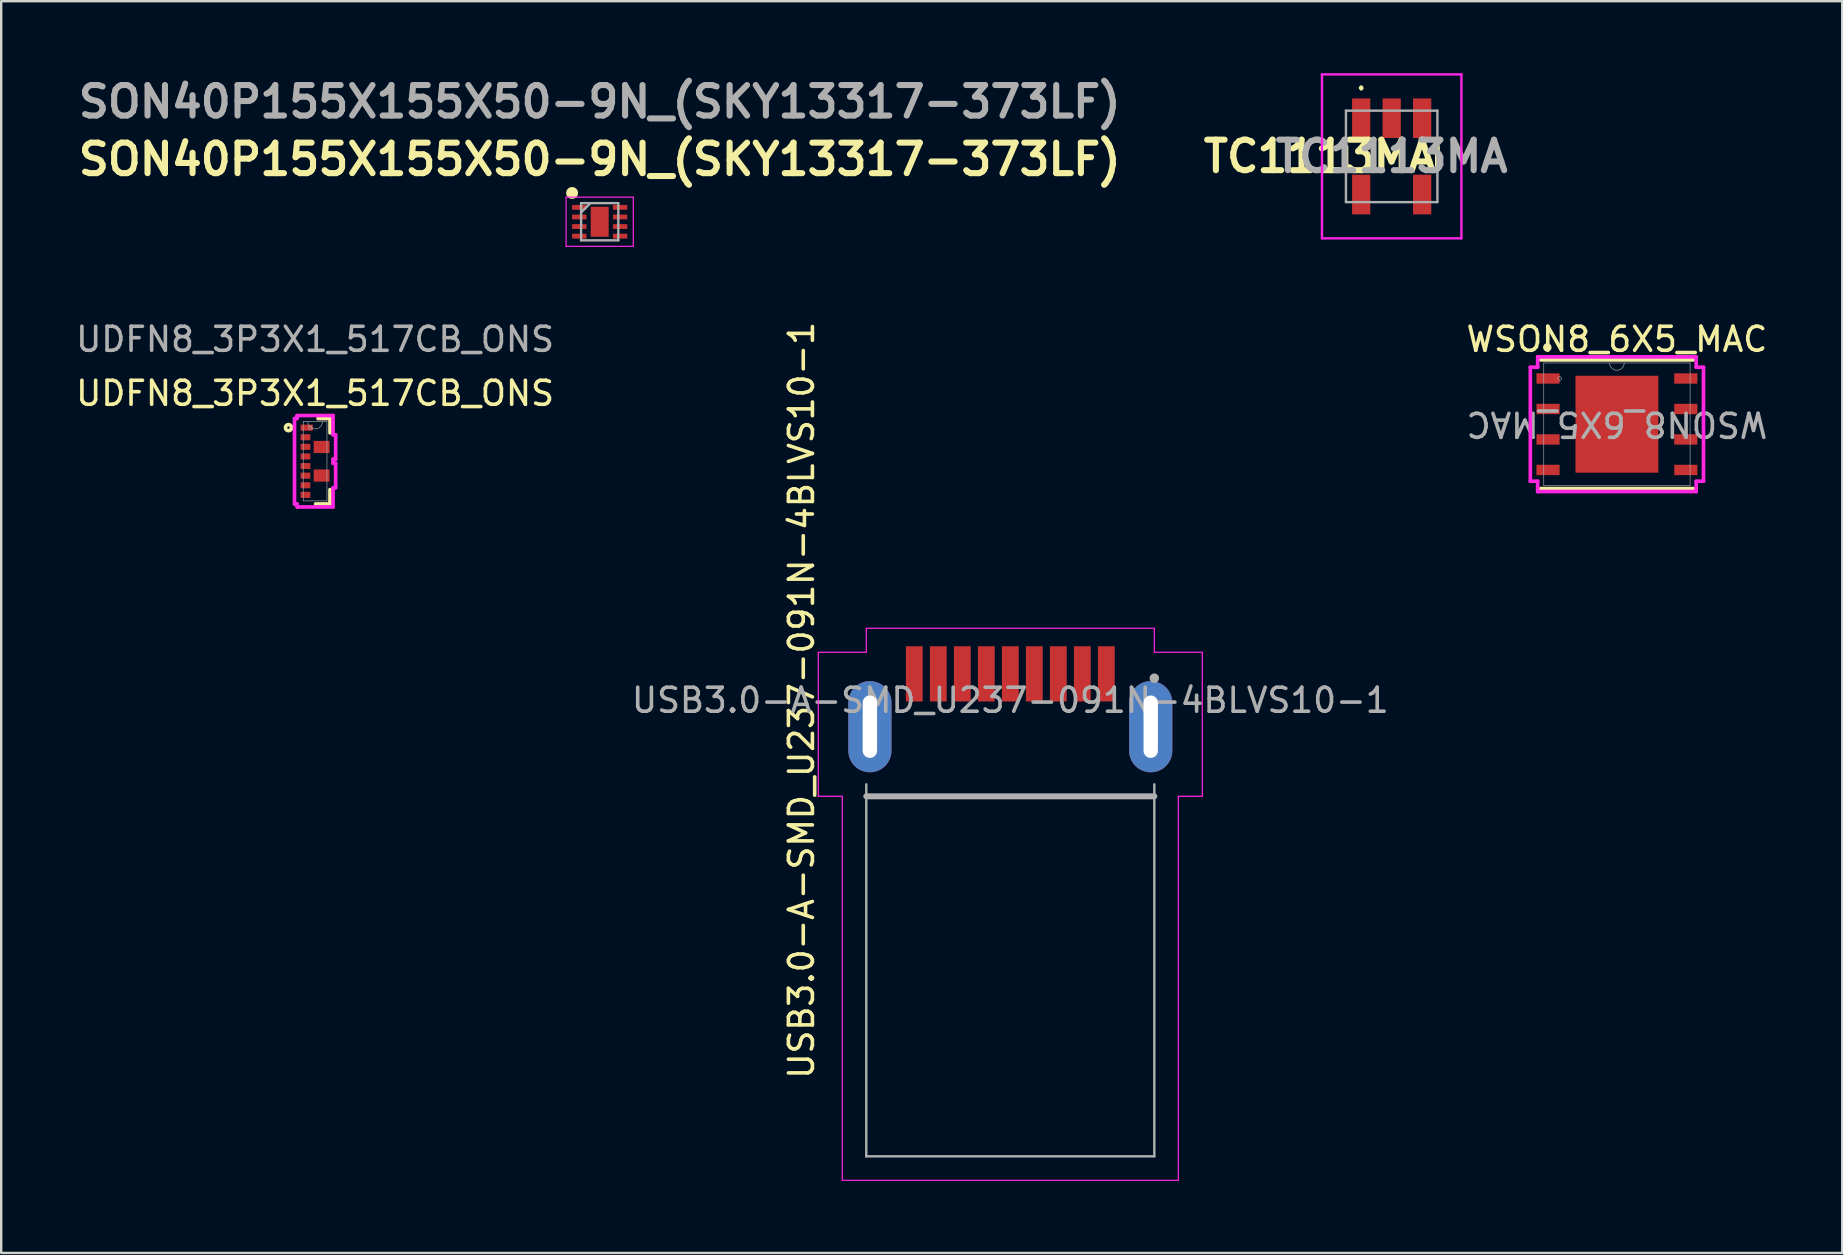
<source format=kicad_pcb>
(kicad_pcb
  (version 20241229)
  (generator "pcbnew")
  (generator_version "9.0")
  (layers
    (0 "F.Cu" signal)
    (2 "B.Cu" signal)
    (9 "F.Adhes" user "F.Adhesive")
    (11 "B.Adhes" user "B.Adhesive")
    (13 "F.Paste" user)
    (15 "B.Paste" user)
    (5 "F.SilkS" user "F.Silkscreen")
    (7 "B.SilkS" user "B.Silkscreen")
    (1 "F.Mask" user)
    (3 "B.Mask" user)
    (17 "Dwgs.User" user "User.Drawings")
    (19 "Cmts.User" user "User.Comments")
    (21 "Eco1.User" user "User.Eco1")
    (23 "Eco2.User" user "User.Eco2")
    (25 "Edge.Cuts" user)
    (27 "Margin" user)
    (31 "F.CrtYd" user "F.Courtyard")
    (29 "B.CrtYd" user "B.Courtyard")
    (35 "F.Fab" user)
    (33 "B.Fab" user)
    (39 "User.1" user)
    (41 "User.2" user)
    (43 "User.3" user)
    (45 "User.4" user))
  (footprint "UDFN8_3P3X1_517CB_ONS"
    (layer "F.Cu")
    (at 10.077 16.167)
    (property "Reference" "UDFN8_3P3X1_517CB_ONS" (at 0 -2.83 0) (unlocked yes) (layer "F.SilkS") (effects (font (size 1 1) (thickness 0.15))))
    (attr smd)
    (fp_line (start 0.123 -1.778) (end 0.622 -1.778) (stroke (width 0.152) (type solid)) (layer "F.SilkS"))
    (fp_line (start 0.622 -1.778) (end 0.622 -1.181) (stroke (width 0.152) (type solid)) (layer "F.SilkS"))
    (fp_line (start 0.622 1.181) (end 0.622 1.778) (stroke (width 0.152) (type solid)) (layer "F.SilkS"))
    (fp_line (start 0.622 1.778) (end 0.022 1.778) (stroke (width 0.152) (type solid)) (layer "F.SilkS"))
    (fp_circle (center -1.108 -1.4) (end -0.981 -1.4) (stroke (width 0.152) (type solid)) (fill no) (layer "F.SilkS"))
    (fp_line (start -0.857 -1.781) (end -0.857 1.781) (stroke (width 0.152) (type solid)) (layer "F.CrtYd"))
    (fp_line (start -0.857 1.781) (end -0.749 1.781) (stroke (width 0.152) (type solid)) (layer "F.CrtYd"))
    (fp_line (start -0.749 -1.905) (end -0.749 -1.781) (stroke (width 0.152) (type solid)) (layer "F.CrtYd"))
    (fp_line (start -0.749 -1.781) (end -0.857 -1.781) (stroke (width 0.152) (type solid)) (layer "F.CrtYd"))
    (fp_line (start -0.749 1.781) (end -0.749 1.905) (stroke (width 0.152) (type solid)) (layer "F.CrtYd"))
    (fp_line (start -0.749 1.905) (end 0.749 1.905) (stroke (width 0.152) (type solid)) (layer "F.CrtYd"))
    (fp_line (start 0.749 -1.905) (end -0.749 -1.905) (stroke (width 0.152) (type solid)) (layer "F.CrtYd"))
    (fp_line (start 0.749 -1.103) (end 0.749 -1.905) (stroke (width 0.152) (type solid)) (layer "F.CrtYd"))
    (fp_line (start 0.749 -0.087) (end 0.857 -0.087) (stroke (width 0.152) (type solid)) (layer "F.CrtYd"))
    (fp_line (start 0.749 0.087) (end 0.749 -0.087) (stroke (width 0.152) (type solid)) (layer "F.CrtYd"))
    (fp_line (start 0.749 1.103) (end 0.857 1.103) (stroke (width 0.152) (type solid)) (layer "F.CrtYd"))
    (fp_line (start 0.749 1.905) (end 0.749 1.103) (stroke (width 0.152) (type solid)) (layer "F.CrtYd"))
    (fp_line (start 0.857 -1.103) (end 0.749 -1.103) (stroke (width 0.152) (type solid)) (layer "F.CrtYd"))
    (fp_line (start 0.857 -0.087) (end 0.857 -1.103) (stroke (width 0.152) (type solid)) (layer "F.CrtYd"))
    (fp_line (start 0.857 0.087) (end 0.749 0.087) (stroke (width 0.152) (type solid)) (layer "F.CrtYd"))
    (fp_line (start 0.857 1.103) (end 0.857 0.087) (stroke (width 0.152) (type solid)) (layer "F.CrtYd"))
    (fp_line (start -0.495 -1.651) (end -0.495 1.651) (stroke (width 0.025) (type solid)) (layer "F.Fab"))
    (fp_line (start -0.495 1.651) (end 0.495 1.651) (stroke (width 0.025) (type solid)) (layer "F.Fab"))
    (fp_line (start 0.495 -1.651) (end -0.495 -1.651) (stroke (width 0.025) (type solid)) (layer "F.Fab"))
    (fp_line (start 0.495 1.651) (end 0.495 -1.651) (stroke (width 0.025) (type solid)) (layer "F.Fab"))
    (fp_arc (start 0.3048 -1.651) (mid 0 -1.3462) (end -0.3048 -1.651) (stroke (width 0.0254) (type solid)) (layer "F.Fab"))
    (fp_circle (center -0.197 -1.4) (end -0.121 -1.4) (stroke (width 0.025) (type solid)) (fill no) (layer "F.Fab"))
    (fp_text user "${REFERENCE}" (at 0 -5.08 0) (unlocked yes) (layer "F.Fab") (effects (font (size 1 1) (thickness 0.15))))
    (pad "1" smd rect (at -0.349 -1.4) (size 0.508 0.254) (layers "F.Cu" "F.Mask" "F.Paste"))
    (pad "2" smd rect (at -0.4 -1) (size 0.406 0.254) (layers "F.Cu" "F.Mask" "F.Paste"))
    (pad "3" smd rect (at -0.4 -0.6) (size 0.406 0.254) (layers "F.Cu" "F.Mask" "F.Paste"))
    (pad "4" smd rect (at -0.4 -0.2) (size 0.406 0.254) (layers "F.Cu" "F.Mask" "F.Paste"))
    (pad "5" smd rect (at -0.4 0.2) (size 0.406 0.254) (layers "F.Cu" "F.Mask" "F.Paste"))
    (pad "6" smd rect (at -0.4 0.6) (size 0.406 0.254) (layers "F.Cu" "F.Mask" "F.Paste"))
    (pad "7" smd rect (at -0.4 1) (size 0.406 0.254) (layers "F.Cu" "F.Mask" "F.Paste"))
    (pad "8" smd rect (at -0.4 1.4) (size 0.406 0.254) (layers "F.Cu" "F.Mask" "F.Paste"))
    (pad "11" smd rect (at 0.273 0.595) (size 0.66 0.508) (layers "F.Cu" "F.Mask" "F.Paste"))
    (pad "14" smd rect (at 0.273 -0.595) (size 0.66 0.508) (layers "F.Cu" "F.Mask" "F.Paste")))
  (footprint "USB3.0-A-SMD_U237-091N-4BLVS10-1"
    (layer "F.Cu")
    (at 39.042 26.126)
    (property "Reference" "USB3.0-A-SMD_U237-091N-4BLVS10-1" (at -8.7 0 90) (layer "F.SilkS") (effects (font (size 1 1) (thickness 0.15))))
    (attr smd)
    (fp_line (start -8 -2) (end -8 4) (stroke (width 0.05) (type default)) (layer "F.CrtYd"))
    (fp_line (start -8 4) (end -7 4) (stroke (width 0.05) (type default)) (layer "F.CrtYd"))
    (fp_line (start -7 4) (end -7 20) (stroke (width 0.05) (type default)) (layer "F.CrtYd"))
    (fp_line (start -7 20) (end 7 20) (stroke (width 0.05) (type default)) (layer "F.CrtYd"))
    (fp_line (start -6 -3) (end -6 -2) (stroke (width 0.05) (type default)) (layer "F.CrtYd"))
    (fp_line (start -6 -2) (end -8 -2) (stroke (width 0.05) (type default)) (layer "F.CrtYd"))
    (fp_line (start 6 -3) (end -6 -3) (stroke (width 0.05) (type default)) (layer "F.CrtYd"))
    (fp_line (start 6 -2) (end 6 -3) (stroke (width 0.05) (type default)) (layer "F.CrtYd"))
    (fp_line (start 7 4) (end 8 4) (stroke (width 0.05) (type default)) (layer "F.CrtYd"))
    (fp_line (start 7 20) (end 7 4) (stroke (width 0.05) (type default)) (layer "F.CrtYd"))
    (fp_line (start 8 -2) (end 6 -2) (stroke (width 0.05) (type default)) (layer "F.CrtYd"))
    (fp_line (start 8 4) (end 8 -2) (stroke (width 0.05) (type default)) (layer "F.CrtYd"))
    (fp_line (start -6 3.5) (end -6 19) (stroke (width 0.1) (type default)) (layer "F.Fab"))
    (fp_line (start -6 4) (end 6 4) (stroke (width 0.25) (type solid)) (layer "F.Fab"))
    (fp_line (start -6 19) (end 6 19) (stroke (width 0.1) (type default)) (layer "F.Fab"))
    (fp_line (start 6 19) (end 6 3.5) (stroke (width 0.1) (type default)) (layer "F.Fab"))
    (fp_circle (center 6 -0.92) (end 6.1 -0.92) (stroke (width 0.2) (type solid)) (fill no) (layer "F.Fab"))
    (fp_text user "${REFERENCE}" (at 0 0 180) (layer "F.Fab") (effects (font (size 1 1) (thickness 0.15))))
    (pad "1" smd rect (at 3 -1.1) (size 0.7 2.3) (layers "F.Cu" "F.Mask" "F.Paste"))
    (pad "2" smd rect (at 1 -1.1) (size 0.7 2.3) (layers "F.Cu" "F.Mask" "F.Paste"))
    (pad "3" smd rect (at -1 -1.1) (size 0.7 2.3) (layers "F.Cu" "F.Mask" "F.Paste"))
    (pad "4" smd rect (at -3 -1.1) (size 0.7 2.3) (layers "F.Cu" "F.Mask" "F.Paste"))
    (pad "5" smd rect (at -4 -1.1) (size 0.7 2.3) (layers "F.Cu" "F.Mask" "F.Paste"))
    (pad "6" smd rect (at -2 -1.1) (size 0.7 2.3) (layers "F.Cu" "F.Mask" "F.Paste"))
    (pad "7" smd rect (at 0 -1.1) (size 0.7 2.3) (layers "F.Cu" "F.Mask" "F.Paste"))
    (pad "8" smd rect (at 2 -1.1) (size 0.7 2.3) (layers "F.Cu" "F.Mask" "F.Paste"))
    (pad "9" smd rect (at 4 -1.1) (size 0.7 2.3) (layers "F.Cu" "F.Mask" "F.Paste"))
    (pad "10" thru_hole oval (at -5.85 1.1) (size 1.8 3.8) (drill oval 0.6 2.6) (layers "*.Cu" "*.Mask"))
    (pad "10" thru_hole oval (at 5.85 1.1) (size 1.8 3.8) (drill oval 0.6 2.6) (layers "*.Cu" "*.Mask")))
  (footprint "TC1113MA"
    (layer "F.Cu")
    (at 54.931 3.465)
    (property "Reference" "TC1113MA" (at -3 0 180) (layer "F.SilkS") (effects (font (size 1.27 1.27) (thickness 0.254))))
    (attr smd)
    (fp_line (start -1.905 -0.4) (end -1.905 0.4) (stroke (width 0.2) (type solid)) (layer "F.SilkS"))
    (fp_line (start -1.27 -2.9) (end -1.27 -2.9) (stroke (width 0.1) (type solid)) (layer "F.SilkS"))
    (fp_line (start -1.27 -2.8) (end -1.27 -2.8) (stroke (width 0.1) (type solid)) (layer "F.SilkS"))
    (fp_line (start 1.905 -0.4) (end 1.905 0.4) (stroke (width 0.2) (type solid)) (layer "F.SilkS"))
    (fp_arc (start -1.27 -2.9) (mid -1.22 -2.85) (end -1.27 -2.8) (stroke (width 0.1) (type solid)) (layer "F.SilkS"))
    (fp_arc (start -1.27 -2.8) (mid -1.32 -2.85) (end -1.27 -2.9) (stroke (width 0.1) (type solid)) (layer "F.SilkS"))
    (fp_line (start -2.905 -3.415) (end 2.905 -3.415) (stroke (width 0.1) (type solid)) (layer "F.CrtYd"))
    (fp_line (start -2.905 3.415) (end -2.905 -3.415) (stroke (width 0.1) (type solid)) (layer "F.CrtYd"))
    (fp_line (start 2.905 -3.415) (end 2.905 3.415) (stroke (width 0.1) (type solid)) (layer "F.CrtYd"))
    (fp_line (start 2.905 3.415) (end -2.905 3.415) (stroke (width 0.1) (type solid)) (layer "F.CrtYd"))
    (fp_line (start -1.905 -1.905) (end 1.905 -1.905) (stroke (width 0.1) (type solid)) (layer "F.Fab"))
    (fp_line (start -1.905 1.905) (end -1.905 -1.905) (stroke (width 0.1) (type solid)) (layer "F.Fab"))
    (fp_line (start 1.905 -1.905) (end 1.905 1.905) (stroke (width 0.1) (type solid)) (layer "F.Fab"))
    (fp_line (start 1.905 1.905) (end -1.905 1.905) (stroke (width 0.1) (type solid)) (layer "F.Fab"))
    (fp_text user "${REFERENCE}" (at 0 0 180) (layer "F.Fab") (effects (font (size 1.27 1.27) (thickness 0.254))))
    (pad "1" smd rect (at -1.27 -1.59) (size 0.76 1.65) (layers "F.Cu" "F.Mask" "F.Paste"))
    (pad "2" smd rect (at 0 -1.59) (size 0.76 1.65) (layers "F.Cu" "F.Mask" "F.Paste"))
    (pad "3" smd rect (at 1.27 -1.59) (size 0.76 1.65) (layers "F.Cu" "F.Mask" "F.Paste"))
    (pad "4" smd rect (at 1.27 1.59) (size 0.76 1.65) (layers "F.Cu" "F.Mask" "F.Paste"))
    (pad "6" smd rect (at -1.27 1.59) (size 0.76 1.65) (layers "F.Cu" "F.Mask" "F.Paste")))
  (footprint "SON40P155X155X50-9N_(SKY13317-373LF)"
    (layer "F.Cu")
    (at 21.935 6.189)
    (property "Reference" "SON40P155X155X50-9N_(SKY13317-373LF)" (at 0 -2.6 180) (layer "F.SilkS") (effects (font (size 1.27 1.27) (thickness 0.254))))
    (attr smd)
    (fp_circle (center -1.15 -1.2) (end -1.15 -1.075) (stroke (width 0.25) (type solid)) (fill no) (layer "F.SilkS"))
    (fp_line (start -1.4 -1.025) (end 1.4 -1.025) (stroke (width 0.05) (type solid)) (layer "F.CrtYd"))
    (fp_line (start -1.4 1.025) (end -1.4 -1.025) (stroke (width 0.05) (type solid)) (layer "F.CrtYd"))
    (fp_line (start 1.4 -1.025) (end 1.4 1.025) (stroke (width 0.05) (type solid)) (layer "F.CrtYd"))
    (fp_line (start 1.4 1.025) (end -1.4 1.025) (stroke (width 0.05) (type solid)) (layer "F.CrtYd"))
    (fp_line (start -0.775 -0.775) (end 0.775 -0.775) (stroke (width 0.1) (type solid)) (layer "F.Fab"))
    (fp_line (start -0.775 -0.388) (end -0.388 -0.775) (stroke (width 0.1) (type solid)) (layer "F.Fab"))
    (fp_line (start -0.775 0.775) (end -0.775 -0.775) (stroke (width 0.1) (type solid)) (layer "F.Fab"))
    (fp_line (start 0.775 -0.775) (end 0.775 0.775) (stroke (width 0.1) (type solid)) (layer "F.Fab"))
    (fp_line (start 0.775 0.775) (end -0.775 0.775) (stroke (width 0.1) (type solid)) (layer "F.Fab"))
    (fp_text user "${REFERENCE}" (at 0 -5 180) (layer "F.Fab") (effects (font (size 1.27 1.27) (thickness 0.254))))
    (pad "1" smd rect (at -0.85 -0.6 90) (size 0.2 0.6) (layers "F.Cu" "F.Mask" "F.Paste"))
    (pad "2" smd rect (at -0.85 -0.2 90) (size 0.2 0.6) (layers "F.Cu" "F.Mask" "F.Paste"))
    (pad "3" smd rect (at -0.85 0.2 90) (size 0.2 0.6) (layers "F.Cu" "F.Mask" "F.Paste"))
    (pad "4" smd rect (at -0.85 0.6 90) (size 0.2 0.6) (layers "F.Cu" "F.Mask" "F.Paste"))
    (pad "5" smd rect (at 0.85 0.6 90) (size 0.2 0.6) (layers "F.Cu" "F.Mask" "F.Paste"))
    (pad "6" smd rect (at 0.85 0.2 90) (size 0.2 0.6) (layers "F.Cu" "F.Mask" "F.Paste"))
    (pad "7" smd rect (at 0.85 -0.2 90) (size 0.2 0.6) (layers "F.Cu" "F.Mask" "F.Paste"))
    (pad "8" smd rect (at 0.85 -0.6 90) (size 0.2 0.6) (layers "F.Cu" "F.Mask" "F.Paste"))
    (pad "9" smd rect (at 0 0) (size 0.75 1.25) (layers "F.Cu" "F.Mask" "F.Paste")))
  (footprint "WSON8_6X5_MAC"
    (layer "F.Cu")
    (at 64.315 14.624)
    (property "Reference" "WSON8_6X5_MAC" (at 0 -3.537 0) (unlocked yes) (layer "F.SilkS") (effects (font (size 1 1) (thickness 0.15))))
    (attr smd)
    (fp_line (start -3.175 2.68) (end 3.175 2.68) (stroke (width 0.152) (type solid)) (layer "F.SilkS"))
    (fp_line (start 3.175 -2.68) (end -3.175 -2.68) (stroke (width 0.152) (type solid)) (layer "F.SilkS"))
    (fp_circle (center -2.9 -3.2) (end -2.798 -3.2) (stroke (width 0.152) (type solid)) (fill no) (layer "F.SilkS"))
    (fp_poly (pts (xy -1.627 -1.919) (xy -1.627 -0.773) (xy -0.1 -0.773) (xy -0.1 -1.919)) (stroke (width 0) (type solid)) (fill yes) (layer "F.Paste"))
    (fp_poly (pts (xy -1.627 -0.573) (xy -1.627 0.573) (xy -0.1 0.573) (xy -0.1 -0.573)) (stroke (width 0) (type solid)) (fill yes) (layer "F.Paste"))
    (fp_poly (pts (xy -1.627 0.773) (xy -1.627 1.919) (xy -0.1 1.919) (xy -0.1 0.773)) (stroke (width 0) (type solid)) (fill yes) (layer "F.Paste"))
    (fp_poly (pts (xy 0.1 -1.919) (xy 0.1 -0.773) (xy 1.627 -0.773) (xy 1.627 -1.919)) (stroke (width 0) (type solid)) (fill yes) (layer "F.Paste"))
    (fp_poly (pts (xy 0.1 -0.573) (xy 0.1 0.573) (xy 1.627 0.573) (xy 1.627 -0.573)) (stroke (width 0) (type solid)) (fill yes) (layer "F.Paste"))
    (fp_poly (pts (xy 0.1 0.773) (xy 0.1 1.919) (xy 1.627 1.919) (xy 1.627 0.773)) (stroke (width 0) (type solid)) (fill yes) (layer "F.Paste"))
    (fp_line (start -3.607 -2.375) (end -3.302 -2.375) (stroke (width 0.152) (type solid)) (layer "F.CrtYd"))
    (fp_line (start -3.607 2.375) (end -3.607 -2.375) (stroke (width 0.152) (type solid)) (layer "F.CrtYd"))
    (fp_line (start -3.607 2.375) (end -3.302 2.375) (stroke (width 0.152) (type solid)) (layer "F.CrtYd"))
    (fp_line (start -3.302 -2.807) (end 3.302 -2.807) (stroke (width 0.152) (type solid)) (layer "F.CrtYd"))
    (fp_line (start -3.302 -2.375) (end -3.302 -2.807) (stroke (width 0.152) (type solid)) (layer "F.CrtYd"))
    (fp_line (start -3.302 2.807) (end -3.302 2.375) (stroke (width 0.152) (type solid)) (layer "F.CrtYd"))
    (fp_line (start 3.302 -2.807) (end 3.302 -2.375) (stroke (width 0.152) (type solid)) (layer "F.CrtYd"))
    (fp_line (start 3.302 2.375) (end 3.302 2.807) (stroke (width 0.152) (type solid)) (layer "F.CrtYd"))
    (fp_line (start 3.302 2.807) (end -3.302 2.807) (stroke (width 0.152) (type solid)) (layer "F.CrtYd"))
    (fp_line (start 3.607 -2.375) (end 3.302 -2.375) (stroke (width 0.152) (type solid)) (layer "F.CrtYd"))
    (fp_line (start 3.607 -2.375) (end 3.607 2.375) (stroke (width 0.152) (type solid)) (layer "F.CrtYd"))
    (fp_line (start 3.607 2.375) (end 3.302 2.375) (stroke (width 0.152) (type solid)) (layer "F.CrtYd"))
    (fp_line (start -3.048 -2.553) (end -3.048 2.553) (stroke (width 0.025) (type solid)) (layer "F.Fab"))
    (fp_line (start -3.048 2.553) (end 3.048 2.553) (stroke (width 0.025) (type solid)) (layer "F.Fab"))
    (fp_line (start 3.048 -2.553) (end -3.048 -2.553) (stroke (width 0.025) (type solid)) (layer "F.Fab"))
    (fp_line (start 3.048 2.553) (end 3.048 -2.553) (stroke (width 0.025) (type solid)) (layer "F.Fab"))
    (fp_arc (start 0.3048 -2.5527) (mid 0 -2.2479) (end -0.3048 -2.5527) (stroke (width 0.0254) (type solid)) (layer "F.Fab"))
    (fp_circle (center -2.388 -1.905) (end -2.311 -1.905) (stroke (width 0.025) (type solid)) (fill no) (layer "F.Fab"))
    (fp_text user "${REFERENCE}" (at 0 0 180) (unlocked yes) (layer "F.Fab") (effects (font (size 1 1) (thickness 0.15))))
    (pad "1" smd rect (at -2.87 -1.905 180) (size 0.965 0.432) (layers "F.Cu" "F.Mask" "F.Paste"))
    (pad "2" smd rect (at -2.87 -0.635 180) (size 0.965 0.432) (layers "F.Cu" "F.Mask" "F.Paste"))
    (pad "3" smd rect (at -2.87 0.635 180) (size 0.965 0.432) (layers "F.Cu" "F.Mask" "F.Paste"))
    (pad "4" smd rect (at -2.87 1.905 180) (size 0.965 0.432) (layers "F.Cu" "F.Mask" "F.Paste"))
    (pad "5" smd rect (at 2.87 1.905 180) (size 0.965 0.432) (layers "F.Cu" "F.Mask" "F.Paste"))
    (pad "6" smd rect (at 2.87 0.635 180) (size 0.965 0.432) (layers "F.Cu" "F.Mask" "F.Paste"))
    (pad "7" smd rect (at 2.87 -0.635 180) (size 0.965 0.432) (layers "F.Cu" "F.Mask" "F.Paste"))
    (pad "8" smd rect (at 2.87 -1.905 180) (size 0.965 0.432) (layers "F.Cu" "F.Mask" "F.Paste"))
    (pad "9" smd rect (at 0 0 180) (size 3.454 4.039) (layers "F.Cu" "F.Mask" "F.Paste")))
  (gr_rect
    (start -3 -3)
    (end 73.702 49.151)
    (stroke (width 0.1) (type default))
    (fill no)
    (layer "Edge.Cuts")))
</source>
